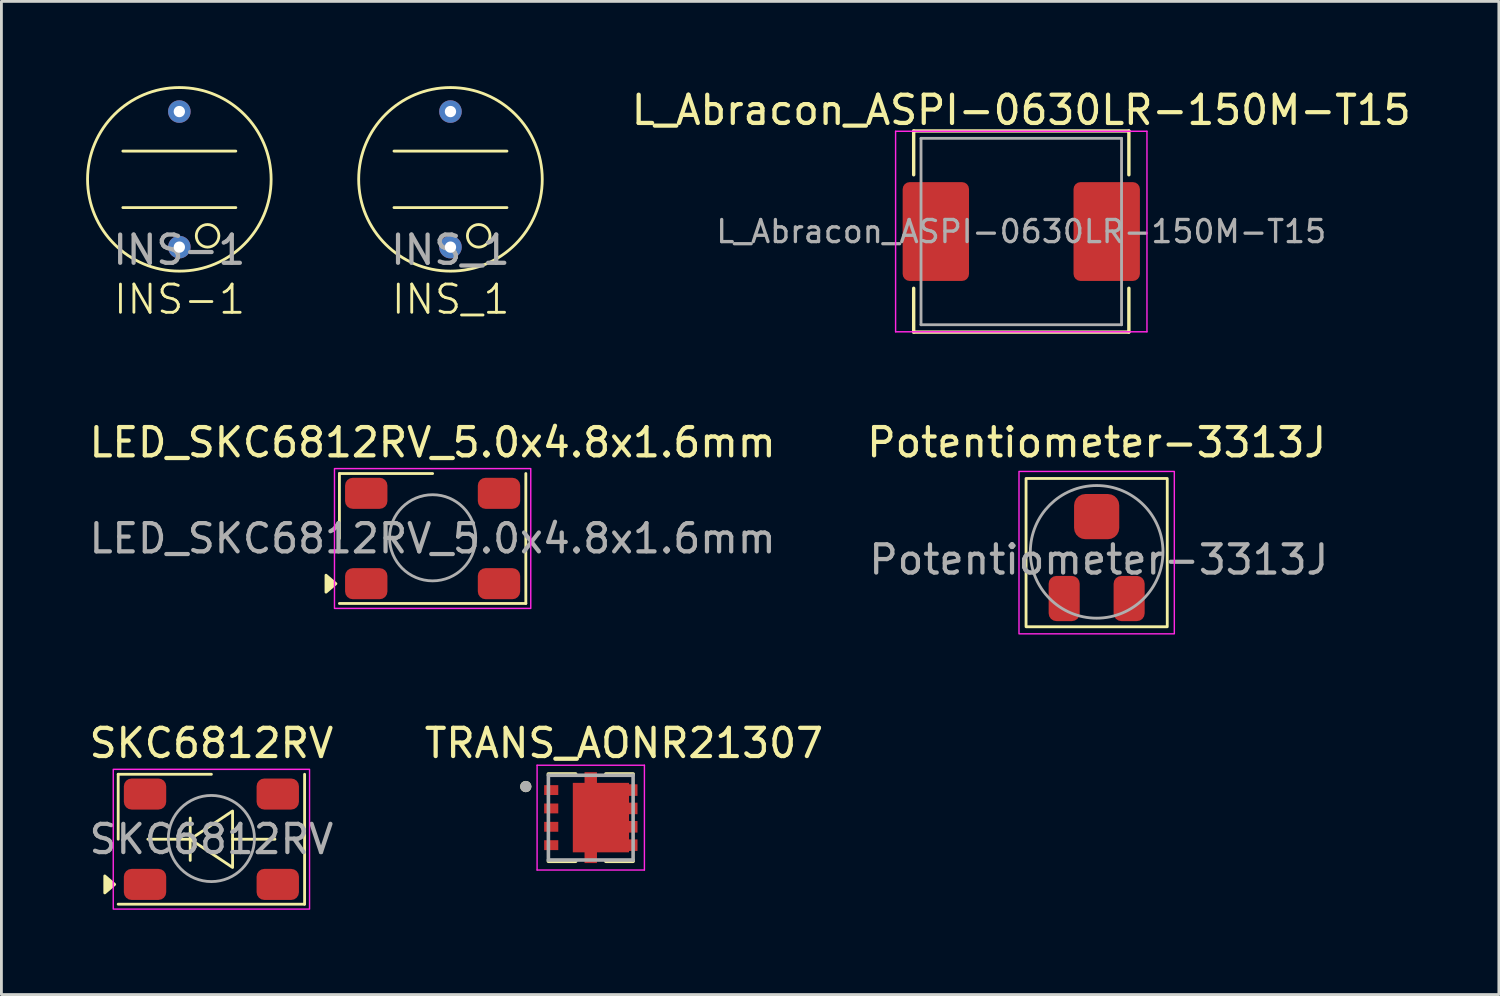
<source format=kicad_pcb>
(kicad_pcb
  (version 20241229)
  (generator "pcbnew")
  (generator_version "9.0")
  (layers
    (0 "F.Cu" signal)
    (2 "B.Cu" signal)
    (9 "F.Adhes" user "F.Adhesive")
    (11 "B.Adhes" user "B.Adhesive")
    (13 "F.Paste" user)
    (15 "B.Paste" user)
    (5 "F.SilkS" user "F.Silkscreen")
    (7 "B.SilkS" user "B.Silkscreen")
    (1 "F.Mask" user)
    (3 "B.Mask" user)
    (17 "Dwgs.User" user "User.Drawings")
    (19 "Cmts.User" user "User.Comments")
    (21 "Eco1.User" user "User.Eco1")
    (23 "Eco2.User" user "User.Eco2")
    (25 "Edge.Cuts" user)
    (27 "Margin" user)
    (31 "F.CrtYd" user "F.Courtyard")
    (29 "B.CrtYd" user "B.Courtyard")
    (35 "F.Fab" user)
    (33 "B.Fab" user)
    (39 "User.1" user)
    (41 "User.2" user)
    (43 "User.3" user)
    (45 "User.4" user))
  (footprint "INS_1"
    (layer "F.Cu")
    (at 12.9 3.3)
    (property "Reference" "INS_1" (at 0.01 4.25 0) (unlocked yes) (layer "F.SilkS") (effects (font (size 1 1) (thickness 0.1))))
    (attr through_hole)
    (fp_line (start -2 -1) (end 2 -1) (stroke (width 0.1) (type default)) (layer "F.SilkS"))
    (fp_line (start -2 1) (end 2 1) (stroke (width 0.1) (type default)) (layer "F.SilkS"))
    (fp_circle (center 0 0) (end 3.25 0) (stroke (width 0.1) (type default)) (fill no) (layer "F.SilkS"))
    (fp_circle (center 1 2) (end 1.4 2) (stroke (width 0.1) (type default)) (fill no) (layer "F.SilkS"))
    (fp_text user "${REFERENCE}" (at 0 2.5 0) (unlocked yes) (layer "F.Fab") (effects (font (size 1 1) (thickness 0.15))))
    (pad "1" thru_hole circle (at 0 -2.4) (size 0.8 0.8) (drill 0.4) (layers "*.Cu" "*.Mask"))
    (pad "2" thru_hole circle (at 0 2.4) (size 0.8 0.8) (drill 0.4) (layers "*.Cu" "*.Mask")))
  (footprint "SKC6812RV"
    (layer "F.Cu")
    (at 4.435 26.665)
    (property "Reference" "SKC6812RV" (at 0 -3.4 0) (unlocked yes) (layer "F.SilkS") (effects (font (size 1 1) (thickness 0.15))))
    (attr smd)
    (fp_line (start -3.3 -2.3) (end -3.3 0) (stroke (width 0.1) (type default)) (layer "F.SilkS"))
    (fp_line (start -3.3 -2.3) (end 0 -2.3) (stroke (width 0.1) (type default)) (layer "F.SilkS"))
    (fp_line (start -3.3 2.3) (end 3.3 2.3) (stroke (width 0.1) (type default)) (layer "F.SilkS"))
    (fp_line (start -2.25 0) (end -0.75 0) (stroke (width 0.1) (type default)) (layer "F.SilkS"))
    (fp_line (start -0.75 0) (end -0.75 -0.75) (stroke (width 0.1) (type default)) (layer "F.SilkS"))
    (fp_line (start -0.75 0) (end -0.75 0.75) (stroke (width 0.1) (type default)) (layer "F.SilkS"))
    (fp_line (start 0.75 0) (end 2.25 0) (stroke (width 0.1) (type default)) (layer "F.SilkS"))
    (fp_line (start 3.3 2.3) (end 3.3 -2.3) (stroke (width 0.1) (type default)) (layer "F.SilkS"))
    (fp_poly (pts (xy -3.425 1.6) (xy -3.775 1.9) (xy -3.775 1.3)) (stroke (width 0.1) (type solid)) (fill yes) (layer "F.SilkS"))
    (fp_poly (pts (xy -0.75 0) (xy 0.75 -1) (xy 0.75 1)) (stroke (width 0.1) (type solid)) (fill no) (layer "F.SilkS"))
    (fp_rect (start -3.475 -2.475) (end 3.475 2.475) (stroke (width 0.05) (type default)) (fill no) (layer "F.CrtYd"))
    (fp_circle (center 0 -0.025) (end 1.525 -0.025) (stroke (width 0.1) (type default)) (fill no) (layer "F.Fab"))
    (fp_text user "${REFERENCE}" (at 0 0 0) (unlocked yes) (layer "F.Fab") (effects (font (size 1 1) (thickness 0.15))))
    (pad "1" smd roundrect (at -2.35 1.6) (size 1.5 1.1) (layers "F.Cu" "F.Mask" "F.Paste") (roundrect_rratio 0.25))
    (pad "2" smd roundrect (at -2.35 -1.6) (size 1.5 1.1) (layers "F.Cu" "F.Mask" "F.Paste") (roundrect_rratio 0.25))
    (pad "3" smd roundrect (at 2.35 -1.6) (size 1.5 1.1) (layers "F.Cu" "F.Mask" "F.Paste") (roundrect_rratio 0.25))
    (pad "4" smd roundrect (at 2.35 1.6) (size 1.5 1.1) (layers "F.Cu" "F.Mask" "F.Paste") (roundrect_rratio 0.25)))
  (footprint "LED_SKC6812RV_5.0x4.8x1.6mm"
    (layer "F.Cu")
    (at 12.268 16.017)
    (property "Reference" "LED_SKC6812RV_5.0x4.8x1.6mm" (at 0 -3.4 0) (unlocked yes) (layer "F.SilkS") (effects (font (size 1 1) (thickness 0.15))))
    (attr smd)
    (fp_line (start -3.3 -2.3) (end -3.3 0) (stroke (width 0.1) (type default)) (layer "F.SilkS"))
    (fp_line (start -3.3 -2.3) (end 0 -2.3) (stroke (width 0.1) (type default)) (layer "F.SilkS"))
    (fp_line (start -3.3 2.3) (end 3.3 2.3) (stroke (width 0.1) (type default)) (layer "F.SilkS"))
    (fp_line (start 3.3 2.3) (end 3.3 -2.3) (stroke (width 0.1) (type default)) (layer "F.SilkS"))
    (fp_poly (pts (xy -3.425 1.6) (xy -3.775 1.9) (xy -3.775 1.3)) (stroke (width 0.1) (type solid)) (fill yes) (layer "F.SilkS"))
    (fp_rect (start -3.475 -2.475) (end 3.475 2.475) (stroke (width 0.05) (type default)) (fill no) (layer "F.CrtYd"))
    (fp_circle (center 0 -0.025) (end 1.525 -0.025) (stroke (width 0.1) (type default)) (fill no) (layer "F.Fab"))
    (fp_text user "${REFERENCE}" (at 0 0 0) (unlocked yes) (layer "F.Fab") (effects (font (size 1 1) (thickness 0.15))))
    (pad "1" smd roundrect (at -2.35 1.6) (size 1.5 1.1) (layers "F.Cu" "F.Mask" "F.Paste") (roundrect_rratio 0.25))
    (pad "2" smd roundrect (at -2.35 -1.6) (size 1.5 1.1) (layers "F.Cu" "F.Mask" "F.Paste") (roundrect_rratio 0.25))
    (pad "3" smd roundrect (at 2.35 -1.6) (size 1.5 1.1) (layers "F.Cu" "F.Mask" "F.Paste") (roundrect_rratio 0.25))
    (pad "4" smd roundrect (at 2.35 1.6) (size 1.5 1.1) (layers "F.Cu" "F.Mask" "F.Paste") (roundrect_rratio 0.25)))
  (footprint "Potentiometer-3313J"
    (layer "F.Cu")
    (at 35.78 18.142)
    (property "Reference" "Potentiometer-3313J" (at 0 -5.525 0) (unlocked yes) (layer "F.SilkS") (effects (font (size 1 1) (thickness 0.15))))
    (attr smd)
    (fp_rect (start -2.5 -4.25) (end 2.5 1) (stroke (width 0.1) (type default)) (fill no) (layer "F.SilkS"))
    (fp_rect (start -2.75 -4.5) (end 2.75 1.25) (stroke (width 0.05) (type default)) (fill no) (layer "F.CrtYd"))
    (fp_circle (center 0 -1.652) (end 2.348 -1.652) (stroke (width 0.1) (type default)) (fill no) (layer "F.Fab"))
    (fp_text user "${REFERENCE}" (at 0.075 -1.375 0) (unlocked yes) (layer "F.Fab") (effects (font (size 1 1) (thickness 0.15))))
    (pad "1" smd roundrect (at 1.15 0) (size 1.1 1.6) (layers "F.Cu" "F.Mask" "F.Paste") (roundrect_rratio 0.25))
    (pad "2" smd roundrect (at 0 -2.9) (size 1.6 1.6) (layers "F.Cu" "F.Mask" "F.Paste") (roundrect_rratio 0.25))
    (pad "3" smd roundrect (at -1.15 0) (size 1.1 1.6) (layers "F.Cu" "F.Mask" "F.Paste") (roundrect_rratio 0.25)))
  (footprint "L_Abracon_ASPI-0630LR-150M-T15"
    (layer "F.Cu")
    (at 33.111 5.148)
    (property "Reference" "L_Abracon_ASPI-0630LR-150M-T15" (at 0 -4.3 0) (layer "F.SilkS") (effects (font (size 1 1) (thickness 0.15))))
    (attr smd)
    (fp_line (start -3.81 -3.56) (end -3.81 -2.01) (stroke (width 0.12) (type solid)) (layer "F.SilkS"))
    (fp_line (start -3.81 -3.56) (end 3.81 -3.56) (stroke (width 0.12) (type solid)) (layer "F.SilkS"))
    (fp_line (start -3.81 3.56) (end -3.81 2.01) (stroke (width 0.12) (type solid)) (layer "F.SilkS"))
    (fp_line (start -3.81 3.56) (end 3.81 3.56) (stroke (width 0.12) (type solid)) (layer "F.SilkS"))
    (fp_line (start 3.81 -3.56) (end 3.81 -2.01) (stroke (width 0.12) (type solid)) (layer "F.SilkS"))
    (fp_line (start 3.81 3.56) (end 3.81 2.01) (stroke (width 0.12) (type solid)) (layer "F.SilkS"))
    (fp_line (start -4.45 -3.55) (end -4.45 3.55) (stroke (width 0.05) (type solid)) (layer "F.CrtYd"))
    (fp_line (start -4.45 3.55) (end 4.45 3.55) (stroke (width 0.05) (type solid)) (layer "F.CrtYd"))
    (fp_line (start 4.45 -3.55) (end -4.45 -3.55) (stroke (width 0.05) (type solid)) (layer "F.CrtYd"))
    (fp_line (start 4.45 3.55) (end 4.45 -3.55) (stroke (width 0.05) (type solid)) (layer "F.CrtYd"))
    (fp_line (start -3.55 -3.3) (end -3.55 3.3) (stroke (width 0.1) (type solid)) (layer "F.Fab"))
    (fp_line (start -3.55 3.3) (end 3.55 3.3) (stroke (width 0.1) (type solid)) (layer "F.Fab"))
    (fp_line (start 3.55 -3.3) (end -3.55 -3.3) (stroke (width 0.1) (type solid)) (layer "F.Fab"))
    (fp_line (start 3.55 3.3) (end 3.55 -3.3) (stroke (width 0.1) (type solid)) (layer "F.Fab"))
    (fp_text user "${REFERENCE}" (at 0 0 0) (layer "F.Fab") (effects (font (size 0.783 0.783) (thickness 0.117))))
    (pad "1" smd roundrect (at -3.025 0) (size 2.35 3.5) (layers "F.Cu" "F.Mask" "F.Paste") (roundrect_rratio 0.106))
    (pad "2" smd roundrect (at 3.025 0) (size 2.35 3.5) (layers "F.Cu" "F.Mask" "F.Paste") (roundrect_rratio 0.106)))
  (footprint "TRANS_AONR21307"
    (layer "F.Cu")
    (at 17.867 25.9)
    (property "Reference" "TRANS_AONR21307" (at 1.175 -2.635 0) (layer "F.SilkS") (effects (font (size 1 1) (thickness 0.15))))
    (attr smd)
    (fp_poly (pts (xy -0.73 1.325) (xy -0.73 -1.325) (xy -0.315 -1.325) (xy -0.315 -1.705) (xy 0.315 -1.705) (xy 0.315 -1.325) (xy 1.45 -1.325) (xy 1.45 -1.275) (xy 1.75 -1.275) (xy 1.75 1.275) (xy 1.45 1.275) (xy 1.45 1.325) (xy 0.315 1.325) (xy 0.315 1.705) (xy -0.315 1.705) (xy -0.315 1.325)) (stroke (width 0.01) (type solid)) (fill yes) (layer "F.Mask"))
    (fp_line (start -0.535 -1.545) (end -1.5 -1.545) (stroke (width 0.127) (type solid)) (layer "F.SilkS"))
    (fp_line (start -0.535 1.545) (end -1.5 1.545) (stroke (width 0.127) (type solid)) (layer "F.SilkS"))
    (fp_line (start 0.535 -1.545) (end 1.5 -1.545) (stroke (width 0.127) (type solid)) (layer "F.SilkS"))
    (fp_line (start 0.535 1.545) (end 1.5 1.545) (stroke (width 0.127) (type solid)) (layer "F.SilkS"))
    (fp_circle (center -2.3 -1.1) (end -2.2 -1.1) (stroke (width 0.2) (type solid)) (fill no) (layer "F.SilkS"))
    (fp_poly (pts (xy -0.265 -0.775) (xy 0.985 -0.775) (xy 0.985 0.775) (xy -0.265 0.775)) (stroke (width 0.01) (type solid)) (fill yes) (layer "F.Paste"))
    (fp_poly (pts (xy -0.215 -1.605) (xy 0.215 -1.605) (xy 0.215 -1.225) (xy -0.215 -1.225)) (stroke (width 0.01) (type solid)) (fill yes) (layer "F.Paste"))
    (fp_poly (pts (xy -0.215 1.225) (xy 0.215 1.225) (xy 0.215 1.605) (xy -0.215 1.605)) (stroke (width 0.01) (type solid)) (fill yes) (layer "F.Paste"))
    (fp_poly (pts (xy 1.355 -1.175) (xy 1.65 -1.175) (xy 1.65 -0.775) (xy 1.355 -0.775)) (stroke (width 0.01) (type solid)) (fill yes) (layer "F.Paste"))
    (fp_poly (pts (xy 1.355 -0.525) (xy 1.65 -0.525) (xy 1.65 -0.125) (xy 1.355 -0.125)) (stroke (width 0.01) (type solid)) (fill yes) (layer "F.Paste"))
    (fp_poly (pts (xy 1.355 0.125) (xy 1.65 0.125) (xy 1.65 0.525) (xy 1.355 0.525)) (stroke (width 0.01) (type solid)) (fill yes) (layer "F.Paste"))
    (fp_poly (pts (xy 1.355 0.775) (xy 1.65 0.775) (xy 1.65 1.175) (xy 1.355 1.175)) (stroke (width 0.01) (type solid)) (fill yes) (layer "F.Paste"))
    (fp_line (start -1.9 -1.855) (end 1.9 -1.855) (stroke (width 0.05) (type solid)) (layer "F.CrtYd"))
    (fp_line (start -1.9 1.855) (end -1.9 -1.855) (stroke (width 0.05) (type solid)) (layer "F.CrtYd"))
    (fp_line (start 1.9 -1.855) (end 1.9 1.855) (stroke (width 0.05) (type solid)) (layer "F.CrtYd"))
    (fp_line (start 1.9 1.855) (end -1.9 1.855) (stroke (width 0.05) (type solid)) (layer "F.CrtYd"))
    (fp_line (start -1.5 -1.5) (end -1.5 1.5) (stroke (width 0.127) (type solid)) (layer "F.Fab"))
    (fp_line (start -1.5 1.5) (end 1.5 1.5) (stroke (width 0.127) (type solid)) (layer "F.Fab"))
    (fp_line (start 1.5 -1.5) (end -1.5 -1.5) (stroke (width 0.127) (type solid)) (layer "F.Fab"))
    (fp_line (start 1.5 1.5) (end 1.5 -1.5) (stroke (width 0.127) (type solid)) (layer "F.Fab"))
    (fp_circle (center -2.3 -1.1) (end -2.2 -1.1) (stroke (width 0.2) (type solid)) (fill no) (layer "F.Fab"))
    (pad "1" smd rect (at -1.4 -0.975) (size 0.5 0.35) (layers "F.Cu" "F.Mask" "F.Paste"))
    (pad "2" smd rect (at -1.4 -0.325) (size 0.5 0.35) (layers "F.Cu" "F.Mask" "F.Paste"))
    (pad "3" smd rect (at -1.4 0.325) (size 0.5 0.35) (layers "F.Cu" "F.Mask" "F.Paste"))
    (pad "4" smd rect (at -1.4 0.975) (size 0.5 0.35) (layers "F.Cu" "F.Mask" "F.Paste"))
    (pad "5" smd custom (at 0 0) (size 1 2) (layers "F.Cu") (options (anchor rect)) (primitives (gr_poly (pts (xy -0.63 1.225) (xy -0.63 -1.225) (xy -0.215 -1.225) (xy -0.215 -1.605) (xy 0.215 -1.605) (xy 0.215 -1.225) (xy 1.35 -1.225) (xy 1.35 -1.175) (xy 1.65 -1.175) (xy 1.65 -0.775) (xy 1.35 -0.775) (xy 1.35 -0.525) (xy 1.65 -0.525) (xy 1.65 -0.125) (xy 1.35 -0.125) (xy 1.35 0.125) (xy 1.65 0.125) (xy 1.65 0.525) (xy 1.35 0.525) (xy 1.35 0.775) (xy 1.65 0.775) (xy 1.65 1.175) (xy 1.35 1.175) (xy 1.35 1.225) (xy 0.215 1.225) (xy 0.215 1.605) (xy -0.215 1.605) (xy -0.215 1.225)) (width 0.01) (fill yes)))))
  (footprint "INS-1"
    (layer "F.Cu")
    (at 3.3 3.3)
    (property "Reference" "INS-1" (at 0.01 4.25 0) (unlocked yes) (layer "F.SilkS") (effects (font (size 1 1) (thickness 0.1))))
    (attr through_hole)
    (fp_line (start -2 -1) (end 2 -1) (stroke (width 0.1) (type default)) (layer "F.SilkS"))
    (fp_line (start -2 1) (end 2 1) (stroke (width 0.1) (type default)) (layer "F.SilkS"))
    (fp_circle (center 0 0) (end 3.25 0) (stroke (width 0.1) (type default)) (fill no) (layer "F.SilkS"))
    (fp_circle (center 1 2) (end 1.4 2) (stroke (width 0.1) (type default)) (fill no) (layer "F.SilkS"))
    (fp_text user "${REFERENCE}" (at 0 2.5 0) (unlocked yes) (layer "F.Fab") (effects (font (size 1 1) (thickness 0.15))))
    (pad "1" thru_hole circle (at 0 -2.4) (size 0.8 0.8) (drill 0.4) (layers "*.Cu" "*.Mask"))
    (pad "2" thru_hole circle (at 0 2.4) (size 0.8 0.8) (drill 0.4) (layers "*.Cu" "*.Mask")))
  (gr_rect
    (start -3 -3)
    (end 50.021 32.165)
    (stroke (width 0.1) (type default))
    (fill no)
    (layer "Edge.Cuts")))
</source>
